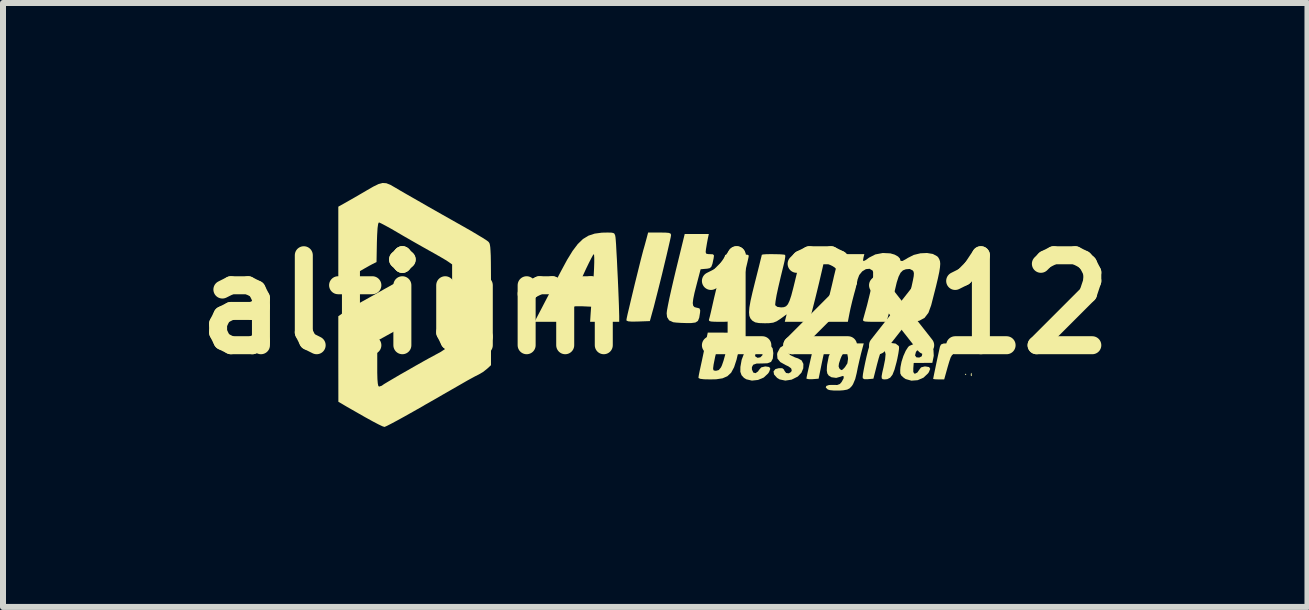
<source format=kicad_pcb>
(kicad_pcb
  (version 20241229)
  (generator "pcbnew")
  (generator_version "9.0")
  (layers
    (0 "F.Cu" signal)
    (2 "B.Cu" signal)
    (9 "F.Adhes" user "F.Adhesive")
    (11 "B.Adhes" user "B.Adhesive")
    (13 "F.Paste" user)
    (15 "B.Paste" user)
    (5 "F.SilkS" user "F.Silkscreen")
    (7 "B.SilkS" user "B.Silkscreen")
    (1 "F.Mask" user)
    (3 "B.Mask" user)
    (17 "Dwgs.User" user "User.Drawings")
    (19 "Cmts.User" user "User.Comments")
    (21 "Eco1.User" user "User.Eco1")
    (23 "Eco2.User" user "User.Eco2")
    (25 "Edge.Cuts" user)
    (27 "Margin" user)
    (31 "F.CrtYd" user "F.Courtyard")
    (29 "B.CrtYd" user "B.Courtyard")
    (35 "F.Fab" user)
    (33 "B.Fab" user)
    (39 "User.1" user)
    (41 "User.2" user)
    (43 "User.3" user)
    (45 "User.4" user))
  (footprint "altium 12x12"
    (layer "F.Cu")
    (at 7.871 2.026)
    (property "Reference" "altium 12x12" (at 0 0 0) (layer "F.SilkS") (effects (font (size 1.5 1.5) (thickness 0.3))))
    (attr board_only exclude_from_pos_files exclude_from_bom)
    (fp_poly (pts (xy 5.186 1.164) (xy 5.174 1.176) (xy 5.162 1.164) (xy 5.174 1.152)) (stroke (width 0) (type solid)) (fill yes) (layer "F.SilkS"))
    (fp_poly (pts (xy 5.274 1.148) (xy 5.277 1.185) (xy 5.272 1.194) (xy 5.261 1.187) (xy 5.26 1.162) (xy 5.265 1.137)) (stroke (width 0) (type solid)) (fill yes) (layer "F.SilkS"))
    (fp_poly (pts (xy 2.819 0.652) (xy 2.844 0.666) (xy 2.843 0.681) (xy 2.833 0.717) (xy 2.817 0.789) (xy 2.796 0.885) (xy 2.777 0.975) (xy 2.724 1.236) (xy 2.623 1.244) (xy 2.56 1.244) (xy 2.524 1.237) (xy 2.521 1.232) (xy 2.526 1.202) (xy 2.54 1.135) (xy 2.561 1.042) (xy 2.586 0.931) (xy 2.586 0.93) (xy 2.652 0.648) (xy 2.754 0.648)) (stroke (width 0) (type solid)) (fill yes) (layer "F.SilkS"))
    (fp_poly (pts (xy 5.118 0.643) (xy 5.12 0.645) (xy 5.131 0.685) (xy 5.109 0.735) (xy 5.063 0.78) (xy 5.015 0.805) (xy 4.976 0.821) (xy 4.947 0.844) (xy 4.924 0.884) (xy 4.901 0.952) (xy 4.875 1.04) (xy 4.817 1.248) (xy 4.725 1.248) (xy 4.667 1.246) (xy 4.635 1.241) (xy 4.633 1.239) (xy 4.638 1.213) (xy 4.65 1.152) (xy 4.668 1.067) (xy 4.688 0.969) (xy 4.709 0.871) (xy 4.728 0.784) (xy 4.742 0.72) (xy 4.746 0.702) (xy 4.764 0.666) (xy 4.804 0.65) (xy 4.85 0.648) (xy 4.911 0.654) (xy 4.947 0.669) (xy 4.95 0.674) (xy 4.976 0.683) (xy 5.029 0.662) (xy 5.083 0.642)) (stroke (width 0) (type solid)) (fill yes) (layer "F.SilkS"))
    (fp_poly (pts (xy 1.541 -0.829) (xy 1.56 -0.816) (xy 1.554 -0.78) (xy 1.537 -0.705) (xy 1.511 -0.596) (xy 1.476 -0.459) (xy 1.436 -0.302) (xy 1.39 -0.129) (xy 1.378 -0.084) (xy 1.352 0.015) (xy 1.333 0.1) (xy 1.322 0.158) (xy 1.32 0.172) (xy 1.316 0.226) (xy 1.298 0.26) (xy 1.257 0.279) (xy 1.184 0.287) (xy 1.088 0.288) (xy 0.99 0.287) (xy 0.93 0.283) (xy 0.902 0.274) (xy 0.895 0.258) (xy 0.898 0.246) (xy 0.91 0.202) (xy 0.928 0.127) (xy 0.946 0.048) (xy 0.98 -0.103) (xy 1.021 -0.274) (xy 1.064 -0.446) (xy 1.104 -0.601) (xy 1.127 -0.684) (xy 1.167 -0.828) (xy 1.364 -0.835) (xy 1.476 -0.836)) (stroke (width 0) (type solid)) (fill yes) (layer "F.SilkS"))
    (fp_poly (pts (xy 0.169 -1.199) (xy 0.227 -1.194) (xy 0.255 -1.183) (xy 0.264 -1.163) (xy 0.264 -1.158) (xy 0.259 -1.125) (xy 0.243 -1.052) (xy 0.219 -0.947) (xy 0.189 -0.818) (xy 0.154 -0.673) (xy 0.117 -0.518) (xy 0.078 -0.361) (xy 0.04 -0.21) (xy 0.005 -0.073) (xy -0.025 0.045) (xy -0.046 0.12) (xy -0.089 0.276) (xy -0.285 0.283) (xy -0.387 0.285) (xy -0.449 0.28) (xy -0.477 0.268) (xy -0.48 0.259) (xy -0.475 0.229) (xy -0.46 0.159) (xy -0.436 0.059) (xy -0.407 -0.064) (xy -0.374 -0.202) (xy -0.339 -0.348) (xy -0.303 -0.493) (xy -0.269 -0.63) (xy -0.239 -0.751) (xy -0.214 -0.847) (xy -0.197 -0.912) (xy -0.193 -0.924) (xy -0.173 -0.995) (xy -0.15 -1.08) (xy -0.145 -1.098) (xy -0.118 -1.2) (xy 0.073 -1.2)) (stroke (width 0) (type solid)) (fill yes) (layer "F.SilkS"))
    (fp_poly (pts (xy 2.421 0.65) (xy 2.487 0.678) (xy 2.517 0.727) (xy 2.521 0.759) (xy 2.514 0.798) (xy 2.483 0.814) (xy 2.439 0.816) (xy 2.374 0.806) (xy 2.344 0.78) (xy 2.312 0.748) (xy 2.266 0.753) (xy 2.234 0.779) (xy 2.221 0.809) (xy 2.246 0.838) (xy 2.261 0.848) (xy 2.33 0.881) (xy 2.382 0.898) (xy 2.441 0.932) (xy 2.47 0.99) (xy 2.468 1.063) (xy 2.437 1.137) (xy 2.377 1.2) (xy 2.374 1.202) (xy 2.274 1.252) (xy 2.169 1.268) (xy 2.074 1.248) (xy 2.033 1.224) (xy 1.981 1.166) (xy 1.972 1.114) (xy 2.004 1.076) (xy 2.06 1.061) (xy 2.118 1.061) (xy 2.146 1.084) (xy 2.154 1.104) (xy 2.182 1.141) (xy 2.226 1.147) (xy 2.265 1.124) (xy 2.276 1.098) (xy 2.266 1.064) (xy 2.218 1.029) (xy 2.176 1.01) (xy 2.085 0.959) (xy 2.038 0.901) (xy 2.032 0.829) (xy 2.037 0.804) (xy 2.082 0.719) (xy 2.164 0.665) (xy 2.282 0.642) (xy 2.314 0.641)) (stroke (width 0) (type solid)) (fill yes) (layer "F.SilkS"))
    (fp_poly (pts (xy 0.877 -1.098) (xy 0.862 -1.018) (xy 0.848 -0.933) (xy 0.847 -0.93) (xy 0.841 -0.872) (xy 0.853 -0.846) (xy 0.892 -0.84) (xy 0.911 -0.84) (xy 0.963 -0.837) (xy 0.98 -0.817) (xy 0.973 -0.766) (xy 0.972 -0.762) (xy 0.954 -0.678) (xy 0.935 -0.629) (xy 0.908 -0.606) (xy 0.864 -0.597) (xy 0.846 -0.596) (xy 0.757 -0.588) (xy 0.691 -0.336) (xy 0.655 -0.195) (xy 0.634 -0.093) (xy 0.626 -0.024) (xy 0.633 0.019) (xy 0.653 0.042) (xy 0.687 0.052) (xy 0.69 0.052) (xy 0.737 0.064) (xy 0.75 0.096) (xy 0.748 0.131) (xy 0.734 0.219) (xy 0.712 0.273) (xy 0.67 0.3) (xy 0.598 0.309) (xy 0.523 0.309) (xy 0.429 0.306) (xy 0.35 0.301) (xy 0.301 0.295) (xy 0.3 0.295) (xy 0.232 0.264) (xy 0.198 0.21) (xy 0.191 0.147) (xy 0.196 0.101) (xy 0.212 0.015) (xy 0.236 -0.103) (xy 0.268 -0.246) (xy 0.305 -0.406) (xy 0.341 -0.558) (xy 0.492 -1.176) (xy 0.693 -1.176) (xy 0.894 -1.176)) (stroke (width 0) (type solid)) (fill yes) (layer "F.SilkS"))
    (fp_poly (pts (xy 4.007 0.651) (xy 4.056 0.688) (xy 4.064 0.702) (xy 4.064 0.739) (xy 4.054 0.81) (xy 4.036 0.903) (xy 4.023 0.959) (xy 3.989 1.085) (xy 3.955 1.17) (xy 3.916 1.22) (xy 3.868 1.244) (xy 3.825 1.248) (xy 3.793 1.245) (xy 3.776 1.23) (xy 3.774 1.195) (xy 3.786 1.129) (xy 3.806 1.044) (xy 3.832 0.915) (xy 3.84 0.827) (xy 3.828 0.779) (xy 3.804 0.768) (xy 3.783 0.772) (xy 3.764 0.79) (xy 3.746 0.829) (xy 3.725 0.896) (xy 3.697 1) (xy 3.686 1.044) (xy 3.637 1.236) (xy 3.547 1.244) (xy 3.487 1.245) (xy 3.461 1.23) (xy 3.458 1.208) (xy 3.463 1.158) (xy 3.478 1.076) (xy 3.499 0.973) (xy 3.523 0.865) (xy 3.548 0.765) (xy 3.552 0.75) (xy 3.572 0.687) (xy 3.596 0.657) (xy 3.642 0.649) (xy 3.675 0.648) (xy 3.736 0.653) (xy 3.759 0.667) (xy 3.757 0.672) (xy 3.749 0.691) (xy 3.764 0.693) (xy 3.809 0.677) (xy 3.849 0.66) (xy 3.933 0.641)) (stroke (width 0) (type solid)) (fill yes) (layer "F.SilkS"))
    (fp_poly (pts (xy 4.519 0.643) (xy 4.596 0.684) (xy 4.638 0.755) (xy 4.643 0.853) (xy 4.638 0.88) (xy 4.619 0.972) (xy 4.464 0.973) (xy 4.309 0.974) (xy 4.302 1.063) (xy 4.302 1.124) (xy 4.318 1.15) (xy 4.332 1.152) (xy 4.37 1.133) (xy 4.398 1.092) (xy 4.431 1.048) (xy 4.486 1.033) (xy 4.505 1.032) (xy 4.565 1.042) (xy 4.584 1.072) (xy 4.562 1.126) (xy 4.548 1.147) (xy 4.472 1.219) (xy 4.375 1.261) (xy 4.271 1.269) (xy 4.174 1.242) (xy 4.142 1.22) (xy 4.103 1.185) (xy 4.085 1.148) (xy 4.084 1.092) (xy 4.088 1.043) (xy 4.106 0.953) (xy 4.137 0.857) (xy 4.141 0.848) (xy 4.331 0.848) (xy 4.354 0.88) (xy 4.402 0.884) (xy 4.443 0.862) (xy 4.453 0.817) (xy 4.438 0.765) (xy 4.401 0.749) (xy 4.36 0.771) (xy 4.346 0.791) (xy 4.331 0.848) (xy 4.141 0.848) (xy 4.176 0.77) (xy 4.216 0.708) (xy 4.235 0.69) (xy 4.311 0.657) (xy 4.407 0.639) (xy 4.498 0.639)) (stroke (width 0) (type solid)) (fill yes) (layer "F.SilkS"))
    (fp_poly (pts (xy 1.835 0.641) (xy 1.914 0.672) (xy 1.958 0.732) (xy 1.969 0.81) (xy 1.96 0.902) (xy 1.931 0.956) (xy 1.871 0.979) (xy 1.786 0.982) (xy 1.69 0.984) (xy 1.634 1.003) (xy 1.612 1.043) (xy 1.612 1.083) (xy 1.635 1.134) (xy 1.673 1.144) (xy 1.715 1.114) (xy 1.728 1.093) (xy 1.767 1.048) (xy 1.828 1.033) (xy 1.841 1.032) (xy 1.9 1.041) (xy 1.919 1.071) (xy 1.898 1.125) (xy 1.881 1.15) (xy 1.809 1.217) (xy 1.714 1.257) (xy 1.612 1.268) (xy 1.518 1.246) (xy 1.48 1.223) (xy 1.439 1.178) (xy 1.419 1.121) (xy 1.42 1.04) (xy 1.44 0.926) (xy 1.442 0.919) (xy 1.467 0.853) (xy 1.665 0.853) (xy 1.669 0.865) (xy 1.706 0.888) (xy 1.753 0.88) (xy 1.786 0.846) (xy 1.788 0.84) (xy 1.792 0.781) (xy 1.763 0.748) (xy 1.74 0.744) (xy 1.703 0.764) (xy 1.674 0.807) (xy 1.665 0.853) (xy 1.467 0.853) (xy 1.489 0.792) (xy 1.566 0.7) (xy 1.668 0.646) (xy 1.79 0.635)) (stroke (width 0) (type solid)) (fill yes) (layer "F.SilkS"))
    (fp_poly (pts (xy 1.208 0.469) (xy 1.277 0.473) (xy 1.32 0.482) (xy 1.348 0.501) (xy 1.374 0.53) (xy 1.377 0.534) (xy 1.403 0.574) (xy 1.414 0.612) (xy 1.411 0.665) (xy 1.396 0.747) (xy 1.395 0.75) (xy 1.356 0.919) (xy 1.315 1.045) (xy 1.266 1.136) (xy 1.203 1.195) (xy 1.122 1.23) (xy 1.017 1.246) (xy 0.921 1.248) (xy 0.814 1.246) (xy 0.75 1.238) (xy 0.723 1.225) (xy 0.721 1.218) (xy 0.727 1.177) (xy 0.74 1.112) (xy 0.744 1.092) (xy 0.75 1.066) (xy 0.965 1.066) (xy 0.971 1.095) (xy 0.997 1.104) (xy 1.015 1.104) (xy 1.06 1.092) (xy 1.096 1.048) (xy 1.112 1.014) (xy 1.138 0.939) (xy 1.165 0.842) (xy 1.178 0.782) (xy 1.192 0.701) (xy 1.194 0.653) (xy 1.182 0.625) (xy 1.162 0.607) (xy 1.117 0.585) (xy 1.094 0.584) (xy 1.076 0.61) (xy 1.052 0.673) (xy 1.026 0.763) (xy 1 0.867) (xy 0.978 0.977) (xy 0.973 1.002) (xy 0.965 1.066) (xy 0.75 1.066) (xy 0.758 1.029) (xy 0.779 0.933) (xy 0.803 0.819) (xy 0.821 0.732) (xy 0.876 0.468) (xy 1.102 0.468)) (stroke (width 0) (type solid)) (fill yes) (layer "F.SilkS"))
    (fp_poly (pts (xy 3.165 0.646) (xy 3.197 0.658) (xy 3.243 0.676) (xy 3.265 0.672) (xy 3.265 0.67) (xy 3.286 0.657) (xy 3.341 0.649) (xy 3.37 0.648) (xy 3.476 0.648) (xy 3.43 0.821) (xy 3.403 0.934) (xy 3.376 1.054) (xy 3.359 1.141) (xy 3.334 1.242) (xy 3.298 1.327) (xy 3.279 1.357) (xy 3.242 1.396) (xy 3.2 1.418) (xy 3.138 1.429) (xy 3.07 1.434) (xy 2.983 1.434) (xy 2.912 1.427) (xy 2.876 1.416) (xy 2.843 1.383) (xy 2.852 1.357) (xy 2.898 1.341) (xy 2.962 1.34) (xy 3.034 1.341) (xy 3.077 1.325) (xy 3.106 1.293) (xy 3.139 1.234) (xy 3.144 1.198) (xy 3.119 1.191) (xy 3.099 1.2) (xy 3.017 1.223) (xy 2.938 1.212) (xy 2.892 1.184) (xy 2.869 1.15) (xy 2.86 1.101) (xy 2.863 1.03) (xy 3.057 1.03) (xy 3.068 1.062) (xy 3.075 1.071) (xy 3.1 1.093) (xy 3.125 1.084) (xy 3.163 1.044) (xy 3.203 0.981) (xy 3.214 0.906) (xy 3.212 0.879) (xy 3.199 0.807) (xy 3.175 0.78) (xy 3.143 0.798) (xy 3.107 0.86) (xy 3.088 0.906) (xy 3.063 0.983) (xy 3.057 1.03) (xy 2.863 1.03) (xy 2.864 1.022) (xy 2.866 1.001) (xy 2.893 0.863) (xy 2.941 0.755) (xy 3.005 0.679) (xy 3.081 0.641)) (stroke (width 0) (type solid)) (fill yes) (layer "F.SilkS"))
    (fp_poly (pts (xy -0.722 -1.198) (xy -0.685 -1.187) (xy -0.669 -1.158) (xy -0.662 -1.122) (xy -0.658 -1.079) (xy -0.652 -0.997) (xy -0.646 -0.882) (xy -0.638 -0.744) (xy -0.631 -0.591) (xy -0.623 -0.431) (xy -0.616 -0.271) (xy -0.61 -0.121) (xy -0.605 0.012) (xy -0.602 0.119) (xy -0.6 0.193) (xy -0.6 0.198) (xy -0.6 0.288) (xy -0.842 0.288) (xy -1.085 0.288) (xy -1.077 0.162) (xy -1.068 0.036) (xy -1.218 0.029) (xy -1.328 0.029) (xy -1.402 0.046) (xy -1.453 0.086) (xy -1.492 0.156) (xy -1.502 0.18) (xy -1.543 0.288) (xy -1.777 0.288) (xy -2.011 0.288) (xy -1.888 0.053) (xy -1.833 -0.053) (xy -1.763 -0.187) (xy -1.726 -0.258) (xy -1.297 -0.258) (xy -1.275 -0.248) (xy -1.22 -0.241) (xy -1.178 -0.24) (xy -1.102 -0.244) (xy -1.062 -0.259) (xy -1.048 -0.282) (xy -1.039 -0.332) (xy -1.031 -0.411) (xy -1.024 -0.506) (xy -1.019 -0.607) (xy -1.016 -0.702) (xy -1.016 -0.779) (xy -1.019 -0.829) (xy -1.024 -0.84) (xy -1.039 -0.82) (xy -1.069 -0.765) (xy -1.109 -0.686) (xy -1.154 -0.593) (xy -1.199 -0.495) (xy -1.241 -0.403) (xy -1.274 -0.325) (xy -1.293 -0.273) (xy -1.297 -0.258) (xy -1.726 -0.258) (xy -1.685 -0.335) (xy -1.608 -0.484) (xy -1.572 -0.553) (xy -1.469 -0.744) (xy -1.377 -0.894) (xy -1.29 -1.009) (xy -1.204 -1.092) (xy -1.112 -1.148) (xy -1.009 -1.182) (xy -0.889 -1.198) (xy -0.792 -1.2)) (stroke (width 0) (type solid)) (fill yes) (layer "F.SilkS"))
    (fp_poly (pts (xy 2.014 -0.839) (xy 2.09 -0.837) (xy 2.146 -0.832) (xy 2.166 -0.827) (xy 2.168 -0.798) (xy 2.159 -0.738) (xy 2.145 -0.677) (xy 2.094 -0.469) (xy 2.053 -0.294) (xy 2.023 -0.156) (xy 2.006 -0.056) (xy 2 0.002) (xy 2.002 0.013) (xy 2.035 0.039) (xy 2.099 0.048) (xy 2.145 0.044) (xy 2.181 0.029) (xy 2.211 -0.004) (xy 2.239 -0.062) (xy 2.268 -0.149) (xy 2.301 -0.274) (xy 2.328 -0.384) (xy 2.358 -0.508) (xy 2.385 -0.619) (xy 2.407 -0.707) (xy 2.422 -0.761) (xy 2.423 -0.768) (xy 2.435 -0.798) (xy 2.456 -0.816) (xy 2.496 -0.827) (xy 2.567 -0.832) (xy 2.637 -0.835) (xy 2.743 -0.837) (xy 2.807 -0.831) (xy 2.832 -0.818) (xy 2.833 -0.814) (xy 2.827 -0.782) (xy 2.812 -0.712) (xy 2.79 -0.613) (xy 2.762 -0.493) (xy 2.731 -0.36) (xy 2.698 -0.224) (xy 2.666 -0.094) (xy 2.636 0.024) (xy 2.612 0.119) (xy 2.6 0.162) (xy 2.565 0.288) (xy 2.363 0.288) (xy 2.16 0.288) (xy 2.175 0.226) (xy 2.191 0.163) (xy 2.088 0.238) (xy 2.025 0.279) (xy 1.967 0.302) (xy 1.895 0.311) (xy 1.825 0.312) (xy 1.73 0.309) (xy 1.667 0.297) (xy 1.624 0.272) (xy 1.613 0.263) (xy 1.586 0.23) (xy 1.569 0.187) (xy 1.564 0.128) (xy 1.57 0.048) (xy 1.589 -0.061) (xy 1.621 -0.202) (xy 1.666 -0.384) (xy 1.669 -0.395) (xy 1.703 -0.53) (xy 1.733 -0.649) (xy 1.756 -0.743) (xy 1.772 -0.806) (xy 1.777 -0.829) (xy 1.798 -0.835) (xy 1.854 -0.839) (xy 1.931 -0.84)) (stroke (width 0) (type solid)) (fill yes) (layer "F.SilkS"))
    (fp_poly (pts (xy 4.628 -0.843) (xy 4.7 -0.804) (xy 4.718 -0.785) (xy 4.735 -0.755) (xy 4.747 -0.722) (xy 4.751 -0.679) (xy 4.747 -0.622) (xy 4.735 -0.544) (xy 4.713 -0.44) (xy 4.681 -0.305) (xy 4.637 -0.133) (xy 4.6 0.012) (xy 4.554 0.138) (xy 4.489 0.223) (xy 4.4 0.271) (xy 4.28 0.288) (xy 4.267 0.288) (xy 4.188 0.286) (xy 4.148 0.279) (xy 4.135 0.263) (xy 4.138 0.246) (xy 4.148 0.209) (xy 4.166 0.134) (xy 4.192 0.031) (xy 4.222 -0.091) (xy 4.24 -0.163) (xy 4.274 -0.303) (xy 4.296 -0.404) (xy 4.309 -0.473) (xy 4.312 -0.518) (xy 4.307 -0.546) (xy 4.295 -0.565) (xy 4.292 -0.568) (xy 4.243 -0.593) (xy 4.178 -0.588) (xy 4.129 -0.569) (xy 4.09 -0.53) (xy 4.057 -0.465) (xy 4.025 -0.366) (xy 3.997 -0.246) (xy 3.971 -0.138) (xy 3.939 -0.011) (xy 3.908 0.102) (xy 3.856 0.288) (xy 3.655 0.288) (xy 3.557 0.287) (xy 3.498 0.283) (xy 3.47 0.274) (xy 3.464 0.257) (xy 3.466 0.246) (xy 3.532 0.008) (xy 3.581 -0.192) (xy 3.615 -0.35) (xy 3.632 -0.467) (xy 3.632 -0.541) (xy 3.624 -0.566) (xy 3.573 -0.596) (xy 3.512 -0.59) (xy 3.451 -0.553) (xy 3.401 -0.492) (xy 3.372 -0.414) (xy 3.372 -0.413) (xy 3.358 -0.342) (xy 3.335 -0.248) (xy 3.313 -0.168) (xy 3.284 -0.056) (xy 3.255 0.066) (xy 3.24 0.138) (xy 3.211 0.288) (xy 3.001 0.288) (xy 2.792 0.288) (xy 2.833 0.126) (xy 2.859 0.024) (xy 2.885 -0.078) (xy 2.902 -0.144) (xy 2.92 -0.218) (xy 2.945 -0.321) (xy 2.971 -0.433) (xy 2.978 -0.465) (xy 3.004 -0.571) (xy 3.031 -0.669) (xy 3.054 -0.742) (xy 3.061 -0.759) (xy 3.095 -0.84) (xy 3.29 -0.84) (xy 3.486 -0.84) (xy 3.471 -0.78) (xy 3.464 -0.737) (xy 3.475 -0.724) (xy 3.512 -0.743) (xy 3.565 -0.782) (xy 3.669 -0.835) (xy 3.793 -0.859) (xy 3.919 -0.853) (xy 3.991 -0.832) (xy 4.048 -0.8) (xy 4.079 -0.766) (xy 4.081 -0.757) (xy 4.091 -0.727) (xy 4.122 -0.726) (xy 4.181 -0.758) (xy 4.213 -0.778) (xy 4.31 -0.827) (xy 4.421 -0.854) (xy 4.531 -0.859)) (stroke (width 0) (type solid)) (fill yes) (layer "F.SilkS"))
    (fp_poly (pts (xy -4.482 -2.022) (xy -4.415 -1.996) (xy -4.332 -1.948) (xy -4.325 -1.944) (xy -4.249 -1.899) (xy -4.131 -1.831) (xy -3.975 -1.742) (xy -3.782 -1.631) (xy -3.553 -1.501) (xy -3.289 -1.352) (xy -3.197 -1.3) (xy -3.074 -1.23) (xy -2.963 -1.164) (xy -2.872 -1.109) (xy -2.808 -1.068) (xy -2.783 -1.049) (xy -2.772 -1.037) (xy -2.762 -1.02) (xy -2.755 -0.994) (xy -2.749 -0.954) (xy -2.745 -0.895) (xy -2.741 -0.815) (xy -2.739 -0.707) (xy -2.738 -0.568) (xy -2.737 -0.393) (xy -2.737 -0.177) (xy -2.737 0.002) (xy -2.737 1.011) (xy -2.803 1.072) (xy -2.869 1.124) (xy -2.939 1.165) (xy -2.941 1.166) (xy -3.003 1.197) (xy -3.084 1.241) (xy -3.133 1.268) (xy -3.185 1.298) (xy -3.272 1.348) (xy -3.387 1.414) (xy -3.525 1.493) (xy -3.677 1.581) (xy -3.839 1.673) (xy -3.865 1.689) (xy -4.022 1.778) (xy -4.166 1.859) (xy -4.293 1.929) (xy -4.396 1.984) (xy -4.47 2.022) (xy -4.509 2.039) (xy -4.513 2.04) (xy -4.547 2.029) (xy -4.612 1.998) (xy -4.702 1.951) (xy -4.807 1.893) (xy -4.838 1.876) (xy -4.95 1.812) (xy -5.055 1.752) (xy -5.141 1.703) (xy -5.197 1.67) (xy -5.203 1.666) (xy -5.281 1.621) (xy -5.282 0.908) (xy -5.282 0.195) (xy -5.204 0.14) (xy -5.14 0.096) (xy -5.085 0.062) (xy -5.078 0.058) (xy -5.043 0.039) (xy -4.973 -0.000361) (xy -4.876 -0.055) (xy -4.759 -0.12) (xy -4.629 -0.193) (xy -4.617 -0.2) (xy -4.49 -0.271) (xy -4.377 -0.334) (xy -4.286 -0.384) (xy -4.222 -0.418) (xy -4.192 -0.432) (xy -4.191 -0.432) (xy -4.186 -0.409) (xy -4.183 -0.347) (xy -4.18 -0.252) (xy -4.178 -0.133) (xy -4.177 -0.04) (xy -4.177 0.352) (xy -4.405 0.478) (xy -4.633 0.604) (xy -4.633 0.986) (xy -4.633 1.136) (xy -4.63 1.244) (xy -4.624 1.314) (xy -4.616 1.354) (xy -4.604 1.368) (xy -4.602 1.368) (xy -4.557 1.353) (xy -4.548 1.346) (xy -4.521 1.327) (xy -4.458 1.289) (xy -4.368 1.236) (xy -4.256 1.17) (xy -4.129 1.098) (xy -3.995 1.021) (xy -3.86 0.945) (xy -3.781 0.901) (xy -3.668 0.84) (xy -3.578 0.791) (xy -3.51 0.747) (xy -3.459 0.704) (xy -3.424 0.654) (xy -3.402 0.59) (xy -3.39 0.508) (xy -3.385 0.399) (xy -3.384 0.257) (xy -3.385 0.077) (xy -3.385 -0.015) (xy -3.385 -0.669) (xy -3.451 -0.715) (xy -3.498 -0.745) (xy -3.576 -0.791) (xy -3.674 -0.847) (xy -3.769 -0.9) (xy -3.895 -0.971) (xy -4.043 -1.055) (xy -4.191 -1.14) (xy -4.3 -1.204) (xy -4.405 -1.265) (xy -4.496 -1.315) (xy -4.565 -1.351) (xy -4.602 -1.368) (xy -4.606 -1.368) (xy -4.618 -1.345) (xy -4.628 -1.273) (xy -4.635 -1.155) (xy -4.639 -1.038) (xy -4.645 -0.708) (xy -4.717 -0.672) (xy -4.773 -0.642) (xy -4.854 -0.596) (xy -4.944 -0.544) (xy -4.958 -0.537) (xy -5.049 -0.484) (xy -5.134 -0.436) (xy -5.198 -0.402) (xy -5.204 -0.399) (xy -5.282 -0.359) (xy -5.282 -0.995) (xy -5.282 -1.631) (xy -5.108 -1.729) (xy -5.006 -1.787) (xy -4.903 -1.847) (xy -4.819 -1.896) (xy -4.814 -1.899) (xy -4.698 -1.966) (xy -4.612 -2.008) (xy -4.544 -2.026)) (stroke (width 0) (type solid)) (fill yes) (layer "F.SilkS")))
  (gr_rect
    (start -3 -3)
    (end 18.743 7.067)
    (stroke (width 0.1) (type default))
    (fill no)
    (layer "Edge.Cuts")))
</source>
